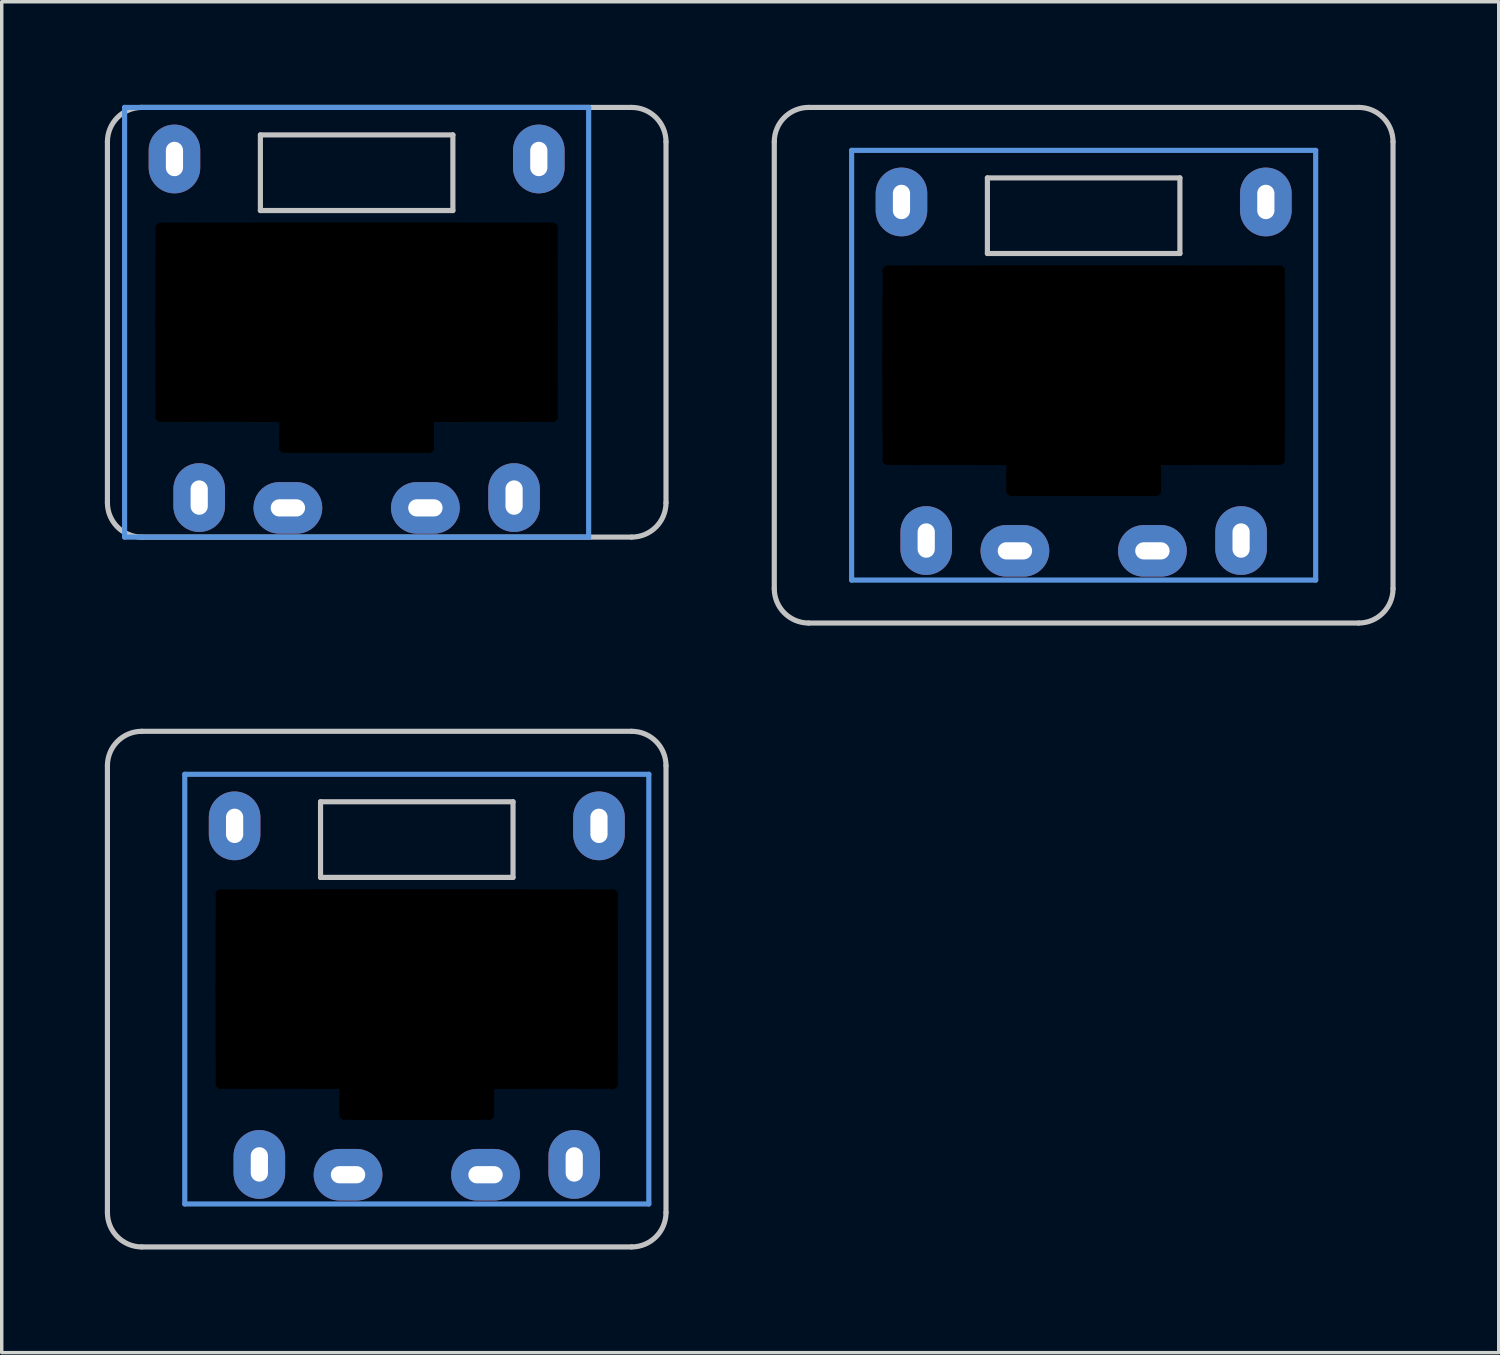
<source format=kicad_pcb>
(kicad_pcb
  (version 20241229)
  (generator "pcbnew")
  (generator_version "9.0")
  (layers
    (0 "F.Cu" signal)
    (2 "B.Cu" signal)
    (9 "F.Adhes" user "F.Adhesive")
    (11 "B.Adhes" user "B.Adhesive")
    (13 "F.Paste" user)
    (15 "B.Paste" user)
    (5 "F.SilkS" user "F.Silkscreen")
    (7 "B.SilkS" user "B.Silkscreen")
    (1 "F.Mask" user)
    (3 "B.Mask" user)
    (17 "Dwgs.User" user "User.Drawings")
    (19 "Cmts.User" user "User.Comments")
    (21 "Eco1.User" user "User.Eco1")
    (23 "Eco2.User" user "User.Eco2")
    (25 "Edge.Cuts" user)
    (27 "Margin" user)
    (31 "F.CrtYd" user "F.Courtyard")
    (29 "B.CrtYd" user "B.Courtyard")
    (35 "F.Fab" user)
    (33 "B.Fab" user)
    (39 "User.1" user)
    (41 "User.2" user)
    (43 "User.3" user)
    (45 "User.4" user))
  (footprint "pg1232-RHCR"
    (layer "F.Cu")
    (at 7.325 6.325)
    (property "Reference" "pg1232-RHCR" (at 0 0 0) (layer "F.Fab") (effects (font (size 1 1) (thickness 0.15))))
    (attr through_hole)
    (fp_line (start -7.25 5.25) (end -7.25 -5.25) (stroke (width 0.15) (type solid)) (layer "Dwgs.User"))
    (fp_line (start -6.25 -6.25) (end 8 -6.25) (stroke (width 0.15) (type solid)) (layer "Dwgs.User"))
    (fp_line (start -2.8 -5.45) (end -2.8 -3.25) (stroke (width 0.15) (type solid)) (layer "Dwgs.User"))
    (fp_line (start -2.8 -3.25) (end 2.8 -3.25) (stroke (width 0.15) (type solid)) (layer "Dwgs.User"))
    (fp_line (start 2.8 -5.45) (end -2.8 -5.45) (stroke (width 0.15) (type solid)) (layer "Dwgs.User"))
    (fp_line (start 2.8 -3.25) (end 2.8 -5.45) (stroke (width 0.15) (type solid)) (layer "Dwgs.User"))
    (fp_line (start 8 6.25) (end -6.25 6.25) (stroke (width 0.15) (type solid)) (layer "Dwgs.User"))
    (fp_line (start 9 -5.25) (end 9 5.25) (stroke (width 0.15) (type solid)) (layer "Dwgs.User"))
    (fp_arc (start -7.25 -5.25) (mid -6.957107 -5.957107) (end -6.25 -6.25) (stroke (width 0.15) (type solid)) (layer "Dwgs.User"))
    (fp_arc (start -6.25 6.25) (mid -6.957107 5.957107) (end -7.25 5.25) (stroke (width 0.15) (type solid)) (layer "Dwgs.User"))
    (fp_arc (start 8 -6.25) (mid 8.707107 -5.957107) (end 9 -5.25) (stroke (width 0.15) (type solid)) (layer "Dwgs.User"))
    (fp_arc (start 9 5.25) (mid 8.707107 5.957107) (end 8 6.25) (stroke (width 0.15) (type solid)) (layer "Dwgs.User"))
    (fp_line (start -6.75 -6.25) (end -6.75 6.25) (stroke (width 0.15) (type solid)) (layer "Cmts.User"))
    (fp_line (start -6.75 6.25) (end 6.75 6.25) (stroke (width 0.15) (type solid)) (layer "Cmts.User"))
    (fp_line (start 6.75 -6.25) (end -6.75 -6.25) (stroke (width 0.15) (type solid)) (layer "Cmts.User"))
    (fp_line (start 6.75 6.25) (end 6.75 -6.25) (stroke (width 0.15) (type solid)) (layer "Cmts.User"))
    (pad "" np_thru_hole oval (at -5.7 0 90) (size 5.8 0.3) (drill oval 5.8 0.3) (layers "*.Mask"))
    (pad "" thru_hole oval (at -5.3 -4.75 90) (size 2 1.5) (drill oval 1 0.5) (layers "*.Cu" "*.Mask"))
    (pad "" np_thru_hole oval (at -4.85 0) (size 2 5.8) (drill oval 2 5.8) (layers "*.Mask"))
    (pad "" np_thru_hole oval (at -2.1 3.25 90) (size 1.1 0.3) (drill oval 1.1 0.3) (layers "*.Mask"))
    (pad "" np_thru_hole oval (at 0 -2.75) (size 11.7 0.3) (drill oval 11.7 0.3) (layers "*.Mask"))
    (pad "" np_thru_hole oval (at 0 0) (size 11.7 5.8) (drill oval 11.7 5.8) (layers "*.Mask"))
    (pad "" np_thru_hole oval (at 0 2.75) (size 11.7 0.3) (drill oval 11.7 0.3) (layers "*.Mask"))
    (pad "" np_thru_hole oval (at 0 3.3) (size 4.5 1) (drill oval 4.5 1) (layers "*.Mask"))
    (pad "" np_thru_hole oval (at 0 3.65) (size 4.5 0.3) (drill oval 4.5 0.3) (layers "*.Mask"))
    (pad "" np_thru_hole oval (at 2.1 3.25 90) (size 1.1 0.3) (drill oval 1.1 0.3) (layers "*.Mask"))
    (pad "" np_thru_hole oval (at 4.85 0) (size 2 5.8) (drill oval 2 5.8) (layers "*.Mask"))
    (pad "" thru_hole oval (at 5.3 -4.75 90) (size 2 1.5) (drill oval 1 0.5) (layers "*.Cu" "*.Mask"))
    (pad "" np_thru_hole oval (at 5.7 0 90) (size 5.8 0.3) (drill oval 5.8 0.3) (layers "*.Mask"))
    (pad "1" thru_hole oval (at -2 5.4) (size 2 1.5) (drill oval 1 0.5) (layers "*.Cu" "F.Mask"))
    (pad "1" thru_hole oval (at 2 5.4) (size 2 1.5) (drill oval 1 0.5) (layers "*.Cu" "B.Mask"))
    (pad "2" thru_hole oval (at -4.58 5.1 90) (size 2 1.5) (drill oval 1 0.5) (layers "*.Cu" "B.Mask"))
    (pad "2" thru_hole oval (at 4.58 5.1 90) (size 2 1.5) (drill oval 1 0.5) (layers "*.Cu" "F.Mask")))
  (footprint "pg1232-RHSL"
    (layer "F.Cu")
    (at 9.075 25.725)
    (property "Reference" "pg1232-RHSL" (at 0 0 0) (layer "F.Fab") (effects (font (size 1 1) (thickness 0.15))))
    (attr through_hole)
    (fp_line (start -9 6.5) (end -9 -6.5) (stroke (width 0.15) (type solid)) (layer "Dwgs.User"))
    (fp_line (start -8 -7.5) (end 6.25 -7.5) (stroke (width 0.15) (type solid)) (layer "Dwgs.User"))
    (fp_line (start -2.8 -5.45) (end -2.8 -3.25) (stroke (width 0.15) (type solid)) (layer "Dwgs.User"))
    (fp_line (start -2.8 -3.25) (end 2.8 -3.25) (stroke (width 0.15) (type solid)) (layer "Dwgs.User"))
    (fp_line (start 2.8 -5.45) (end -2.8 -5.45) (stroke (width 0.15) (type solid)) (layer "Dwgs.User"))
    (fp_line (start 2.8 -3.25) (end 2.8 -5.45) (stroke (width 0.15) (type solid)) (layer "Dwgs.User"))
    (fp_line (start 6.25 7.5) (end -8 7.5) (stroke (width 0.15) (type solid)) (layer "Dwgs.User"))
    (fp_line (start 7.25 -6.5) (end 7.25 6.5) (stroke (width 0.15) (type solid)) (layer "Dwgs.User"))
    (fp_arc (start -9 -6.5) (mid -8.707107 -7.207107) (end -8 -7.5) (stroke (width 0.15) (type solid)) (layer "Dwgs.User"))
    (fp_arc (start -8 7.5) (mid -8.707107 7.207107) (end -9 6.5) (stroke (width 0.15) (type solid)) (layer "Dwgs.User"))
    (fp_arc (start 6.25 -7.5) (mid 6.957107 -7.207107) (end 7.25 -6.5) (stroke (width 0.15) (type solid)) (layer "Dwgs.User"))
    (fp_arc (start 7.25 6.5) (mid 6.957107 7.207107) (end 6.25 7.5) (stroke (width 0.15) (type solid)) (layer "Dwgs.User"))
    (fp_line (start -6.75 -6.25) (end -6.75 6.25) (stroke (width 0.15) (type solid)) (layer "Cmts.User"))
    (fp_line (start -6.75 6.25) (end 6.75 6.25) (stroke (width 0.15) (type solid)) (layer "Cmts.User"))
    (fp_line (start 6.75 -6.25) (end -6.75 -6.25) (stroke (width 0.15) (type solid)) (layer "Cmts.User"))
    (fp_line (start 6.75 6.25) (end 6.75 -6.25) (stroke (width 0.15) (type solid)) (layer "Cmts.User"))
    (pad "" np_thru_hole oval (at -5.7 0 90) (size 5.8 0.3) (drill oval 5.8 0.3) (layers "*.Mask"))
    (pad "" thru_hole oval (at -5.3 -4.75 90) (size 2 1.5) (drill oval 1 0.5) (layers "*.Cu" "*.Mask"))
    (pad "" np_thru_hole oval (at -4.85 0) (size 2 5.8) (drill oval 2 5.8) (layers "*.Mask"))
    (pad "" np_thru_hole oval (at -2.1 3.25 90) (size 1.1 0.3) (drill oval 1.1 0.3) (layers "*.Mask"))
    (pad "" np_thru_hole oval (at 0 -2.75) (size 11.7 0.3) (drill oval 11.7 0.3) (layers "*.Mask"))
    (pad "" np_thru_hole oval (at 0 0) (size 11.7 5.8) (drill oval 11.7 5.8) (layers "*.Mask"))
    (pad "" np_thru_hole oval (at 0 2.75) (size 11.7 0.3) (drill oval 11.7 0.3) (layers "*.Mask"))
    (pad "" np_thru_hole oval (at 0 3.3) (size 4.5 1) (drill oval 4.5 1) (layers "*.Mask"))
    (pad "" np_thru_hole oval (at 0 3.65) (size 4.5 0.3) (drill oval 4.5 0.3) (layers "*.Mask"))
    (pad "" np_thru_hole oval (at 2.1 3.25 90) (size 1.1 0.3) (drill oval 1.1 0.3) (layers "*.Mask"))
    (pad "" np_thru_hole oval (at 4.85 0) (size 2 5.8) (drill oval 2 5.8) (layers "*.Mask"))
    (pad "" thru_hole oval (at 5.3 -4.75 90) (size 2 1.5) (drill oval 1 0.5) (layers "*.Cu" "*.Mask"))
    (pad "" np_thru_hole oval (at 5.7 0 90) (size 5.8 0.3) (drill oval 5.8 0.3) (layers "*.Mask"))
    (pad "1" thru_hole oval (at -2 5.4) (size 2 1.5) (drill oval 1 0.5) (layers "*.Cu" "F.Mask"))
    (pad "1" thru_hole oval (at 2 5.4) (size 2 1.5) (drill oval 1 0.5) (layers "*.Cu" "B.Mask"))
    (pad "2" thru_hole oval (at -4.58 5.1 90) (size 2 1.5) (drill oval 1 0.5) (layers "*.Cu" "B.Mask"))
    (pad "2" thru_hole oval (at 4.58 5.1 90) (size 2 1.5) (drill oval 1 0.5) (layers "*.Cu" "F.Mask")))
  (footprint "pg1232-RHS"
    (layer "F.Cu")
    (at 28.475 7.575)
    (property "Reference" "pg1232-RHS" (at 0 0 0) (layer "F.Fab") (effects (font (size 1 1) (thickness 0.15))))
    (attr through_hole)
    (fp_line (start -9 6.5) (end -9 -6.5) (stroke (width 0.15) (type solid)) (layer "Dwgs.User"))
    (fp_line (start -8 -7.5) (end 8 -7.5) (stroke (width 0.15) (type solid)) (layer "Dwgs.User"))
    (fp_line (start -2.8 -5.45) (end -2.8 -3.25) (stroke (width 0.15) (type solid)) (layer "Dwgs.User"))
    (fp_line (start -2.8 -3.25) (end 2.8 -3.25) (stroke (width 0.15) (type solid)) (layer "Dwgs.User"))
    (fp_line (start 2.8 -5.45) (end -2.8 -5.45) (stroke (width 0.15) (type solid)) (layer "Dwgs.User"))
    (fp_line (start 2.8 -3.25) (end 2.8 -5.45) (stroke (width 0.15) (type solid)) (layer "Dwgs.User"))
    (fp_line (start 8 7.5) (end -8 7.5) (stroke (width 0.15) (type solid)) (layer "Dwgs.User"))
    (fp_line (start 9 -6.5) (end 9 6.5) (stroke (width 0.15) (type solid)) (layer "Dwgs.User"))
    (fp_arc (start -9 -6.5) (mid -8.707107 -7.207107) (end -8 -7.5) (stroke (width 0.15) (type solid)) (layer "Dwgs.User"))
    (fp_arc (start -8 7.5) (mid -8.707107 7.207107) (end -9 6.5) (stroke (width 0.15) (type solid)) (layer "Dwgs.User"))
    (fp_arc (start 8 -7.5) (mid 8.707107 -7.207107) (end 9 -6.5) (stroke (width 0.15) (type solid)) (layer "Dwgs.User"))
    (fp_arc (start 9 6.5) (mid 8.707107 7.207107) (end 8 7.5) (stroke (width 0.15) (type solid)) (layer "Dwgs.User"))
    (fp_line (start -6.75 -6.25) (end -6.75 6.25) (stroke (width 0.15) (type solid)) (layer "Cmts.User"))
    (fp_line (start -6.75 6.25) (end 6.75 6.25) (stroke (width 0.15) (type solid)) (layer "Cmts.User"))
    (fp_line (start 6.75 -6.25) (end -6.75 -6.25) (stroke (width 0.15) (type solid)) (layer "Cmts.User"))
    (fp_line (start 6.75 6.25) (end 6.75 -6.25) (stroke (width 0.15) (type solid)) (layer "Cmts.User"))
    (pad "" np_thru_hole oval (at -5.7 0 90) (size 5.8 0.3) (drill oval 5.8 0.3) (layers "*.Mask"))
    (pad "" thru_hole oval (at -5.3 -4.75 90) (size 2 1.5) (drill oval 1 0.5) (layers "*.Cu" "*.Mask"))
    (pad "" np_thru_hole oval (at -4.85 0) (size 2 5.8) (drill oval 2 5.8) (layers "*.Mask"))
    (pad "" np_thru_hole oval (at -2.1 3.25 90) (size 1.1 0.3) (drill oval 1.1 0.3) (layers "*.Mask"))
    (pad "" np_thru_hole oval (at 0 -2.75) (size 11.7 0.3) (drill oval 11.7 0.3) (layers "*.Mask"))
    (pad "" np_thru_hole oval (at 0 0) (size 11.7 5.8) (drill oval 11.7 5.8) (layers "*.Mask"))
    (pad "" np_thru_hole oval (at 0 2.75) (size 11.7 0.3) (drill oval 11.7 0.3) (layers "*.Mask"))
    (pad "" np_thru_hole oval (at 0 3.3) (size 4.5 1) (drill oval 4.5 1) (layers "*.Mask"))
    (pad "" np_thru_hole oval (at 0 3.65) (size 4.5 0.3) (drill oval 4.5 0.3) (layers "*.Mask"))
    (pad "" np_thru_hole oval (at 2.1 3.25 90) (size 1.1 0.3) (drill oval 1.1 0.3) (layers "*.Mask"))
    (pad "" np_thru_hole oval (at 4.85 0) (size 2 5.8) (drill oval 2 5.8) (layers "*.Mask"))
    (pad "" thru_hole oval (at 5.3 -4.75 90) (size 2 1.5) (drill oval 1 0.5) (layers "*.Cu" "*.Mask"))
    (pad "" np_thru_hole oval (at 5.7 0 90) (size 5.8 0.3) (drill oval 5.8 0.3) (layers "*.Mask"))
    (pad "1" thru_hole oval (at -2 5.4) (size 2 1.5) (drill oval 1 0.5) (layers "*.Cu" "F.Mask"))
    (pad "1" thru_hole oval (at 2 5.4) (size 2 1.5) (drill oval 1 0.5) (layers "*.Cu" "B.Mask"))
    (pad "2" thru_hole oval (at -4.58 5.1 90) (size 2 1.5) (drill oval 1 0.5) (layers "*.Cu" "B.Mask"))
    (pad "2" thru_hole oval (at 4.58 5.1 90) (size 2 1.5) (drill oval 1 0.5) (layers "*.Cu" "F.Mask")))
  (gr_rect
    (start -3 -3)
    (end 40.55 36.3)
    (stroke (width 0.1) (type default))
    (fill no)
    (layer "Edge.Cuts")))
</source>
